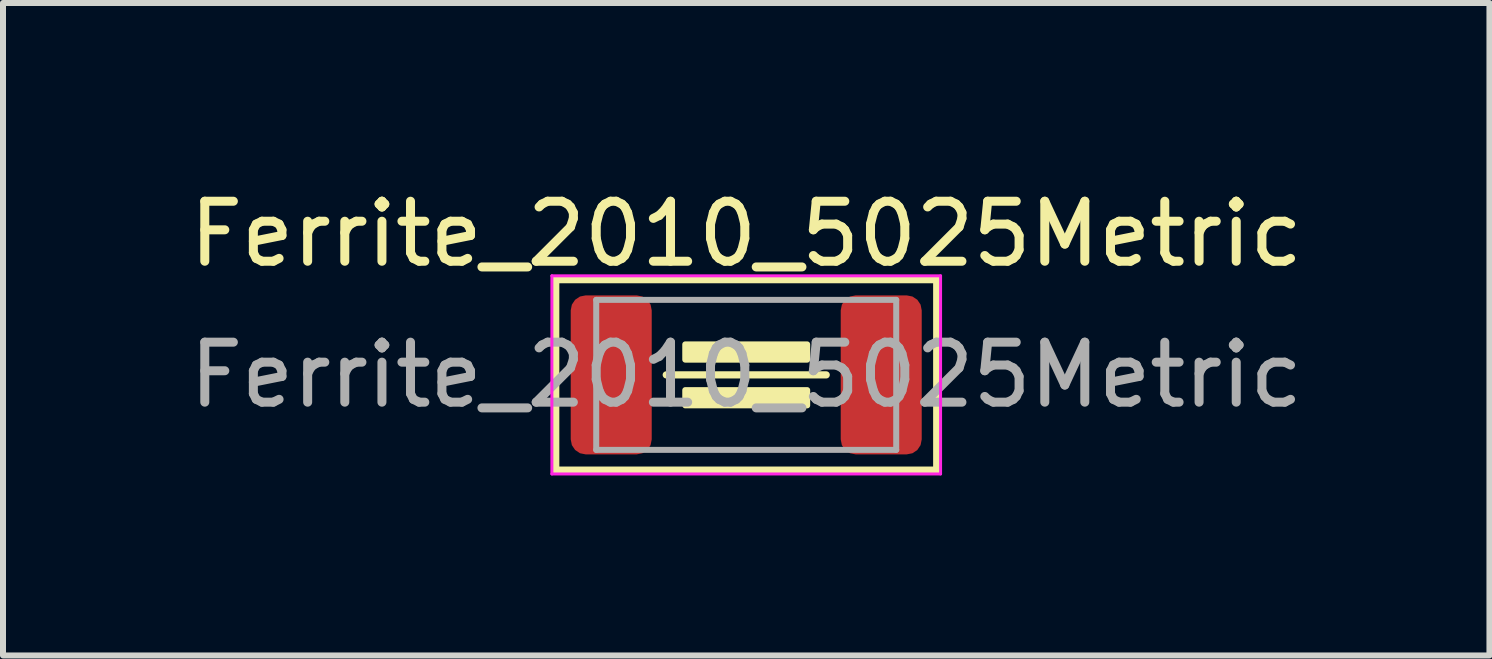
<source format=kicad_pcb>
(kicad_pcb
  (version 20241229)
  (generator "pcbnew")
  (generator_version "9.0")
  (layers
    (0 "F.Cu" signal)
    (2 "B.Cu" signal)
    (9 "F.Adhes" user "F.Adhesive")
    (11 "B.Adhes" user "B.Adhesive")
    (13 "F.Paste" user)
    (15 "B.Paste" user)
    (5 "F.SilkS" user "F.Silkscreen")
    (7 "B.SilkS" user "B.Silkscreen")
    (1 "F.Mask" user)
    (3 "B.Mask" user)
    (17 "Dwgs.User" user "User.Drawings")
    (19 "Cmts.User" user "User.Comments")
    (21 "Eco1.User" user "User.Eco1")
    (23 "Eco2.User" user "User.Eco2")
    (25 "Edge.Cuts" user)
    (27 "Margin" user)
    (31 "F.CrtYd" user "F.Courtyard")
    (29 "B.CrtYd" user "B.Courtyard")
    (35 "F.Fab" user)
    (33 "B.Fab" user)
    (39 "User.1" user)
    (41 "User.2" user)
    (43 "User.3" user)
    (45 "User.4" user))
  (footprint "Ferrite_2010_5025Metric"
    (layer "F.Cu")
    (at 9.387 3.198)
    (property "Reference" "Ferrite_2010_5025Metric" (at 0 -2.349 0) (layer "F.SilkS") (effects (font (size 1 1) (thickness 0.15))))
    (attr smd)
    (fp_line (start -3.175 -1.587) (end 3.175 -1.587) (stroke (width 0.12) (type solid)) (layer "F.SilkS"))
    (fp_line (start -3.175 1.587) (end -3.175 -1.587) (stroke (width 0.12) (type solid)) (layer "F.SilkS"))
    (fp_line (start -1.333 0) (end 1.333 0) (stroke (width 0.12) (type solid)) (layer "F.SilkS"))
    (fp_line (start 3.175 -1.587) (end 3.175 1.587) (stroke (width 0.12) (type solid)) (layer "F.SilkS"))
    (fp_line (start 3.175 1.587) (end -3.175 1.587) (stroke (width 0.12) (type solid)) (layer "F.SilkS"))
    (fp_poly (pts (xy 1.016 -0.254) (xy -1.016 -0.254) (xy -1.016 -0.508) (xy 1.016 -0.508)) (stroke (width 0.1) (type solid)) (fill yes) (layer "F.SilkS"))
    (fp_poly (pts (xy 1.016 0.508) (xy -1.016 0.508) (xy -1.016 0.254) (xy 1.016 0.254)) (stroke (width 0.1) (type solid)) (fill yes) (layer "F.SilkS"))
    (fp_line (start -3.239 -1.651) (end 3.239 -1.651) (stroke (width 0.05) (type solid)) (layer "F.CrtYd"))
    (fp_line (start -3.239 1.651) (end -3.239 -1.651) (stroke (width 0.05) (type solid)) (layer "F.CrtYd"))
    (fp_line (start 3.239 -1.651) (end 3.239 1.651) (stroke (width 0.05) (type solid)) (layer "F.CrtYd"))
    (fp_line (start 3.239 1.651) (end -3.239 1.651) (stroke (width 0.05) (type solid)) (layer "F.CrtYd"))
    (fp_line (start -2.5 -1.25) (end 2.5 -1.25) (stroke (width 0.1) (type solid)) (layer "F.Fab"))
    (fp_line (start -2.5 1.25) (end -2.5 -1.25) (stroke (width 0.1) (type solid)) (layer "F.Fab"))
    (fp_line (start 2.5 -1.25) (end 2.5 1.25) (stroke (width 0.1) (type solid)) (layer "F.Fab"))
    (fp_line (start 2.5 1.25) (end -2.5 1.25) (stroke (width 0.1) (type solid)) (layer "F.Fab"))
    (fp_text user "${REFERENCE}" (at 0 0 0) (layer "F.Fab") (effects (font (size 1 1) (thickness 0.15))))
    (pad "1" smd roundrect (at -2.25 0) (size 1.35 2.65) (layers "F.Cu" "F.Mask" "F.Paste") (roundrect_rratio 0.185))
    (pad "2" smd roundrect (at 2.25 0) (size 1.35 2.65) (layers "F.Cu" "F.Mask" "F.Paste") (roundrect_rratio 0.185)))
  (gr_rect
    (start -3 -3)
    (end 21.774 7.874)
    (stroke (width 0.1) (type default))
    (fill no)
    (layer "Edge.Cuts")))
</source>
